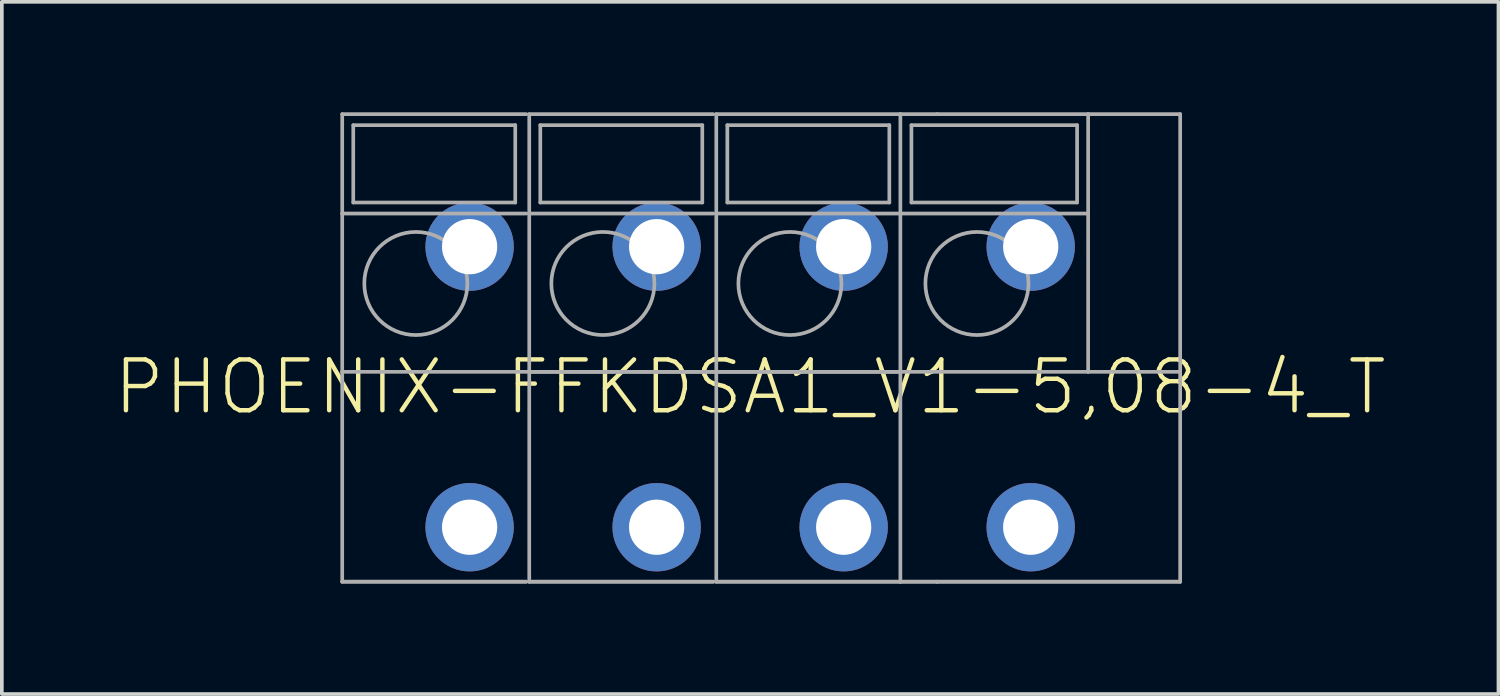
<source format=kicad_pcb>
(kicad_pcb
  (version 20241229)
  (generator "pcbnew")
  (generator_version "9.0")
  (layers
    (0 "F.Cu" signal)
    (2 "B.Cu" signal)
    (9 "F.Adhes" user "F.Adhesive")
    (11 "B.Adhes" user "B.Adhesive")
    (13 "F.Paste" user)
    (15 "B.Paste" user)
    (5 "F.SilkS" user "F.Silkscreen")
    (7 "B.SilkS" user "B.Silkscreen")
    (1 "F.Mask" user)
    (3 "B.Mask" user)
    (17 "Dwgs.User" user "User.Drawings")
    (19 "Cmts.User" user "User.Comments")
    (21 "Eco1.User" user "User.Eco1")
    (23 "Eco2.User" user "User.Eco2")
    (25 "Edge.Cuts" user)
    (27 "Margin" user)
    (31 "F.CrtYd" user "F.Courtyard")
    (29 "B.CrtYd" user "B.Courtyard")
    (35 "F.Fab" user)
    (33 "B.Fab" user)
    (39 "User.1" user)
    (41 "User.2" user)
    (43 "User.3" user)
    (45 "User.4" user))
  (footprint "PHOENIX-FFKDSA1_V1-5,08-4_T"
    (layer "F.Cu")
    (at 17.325 7.46)
    (property "Reference" "PHOENIX-FFKDSA1_V1-5,08-4_T" (at 0 0 0) (unlocked yes) (layer "F.SilkS") (effects (font (size 1.38 1.38) (thickness 0.12))))
    (fp_line (start -11.08 -7.41) (end -6.08 -7.41) (stroke (width 0.1) (type solid)) (layer "F.Fab"))
    (fp_line (start -11.08 -4.71) (end -11.08 -7.41) (stroke (width 0.1) (type solid)) (layer "F.Fab"))
    (fp_line (start -11.08 -0.41) (end -11.08 -4.71) (stroke (width 0.1) (type solid)) (layer "F.Fab"))
    (fp_line (start -11.08 5.29) (end -11.08 -0.41) (stroke (width 0.1) (type solid)) (layer "F.Fab"))
    (fp_line (start -11.08 5.29) (end -6.08 5.29) (stroke (width 0.1) (type solid)) (layer "F.Fab"))
    (fp_line (start -11.08 5.29) (end -6.08 5.29) (stroke (width 0.1) (type solid)) (layer "F.Fab"))
    (fp_line (start -10.78 -7.11) (end -10.78 -5.01) (stroke (width 0.1) (type solid)) (layer "F.Fab"))
    (fp_line (start -10.78 -5.01) (end -6.38 -5.01) (stroke (width 0.1) (type solid)) (layer "F.Fab"))
    (fp_line (start -6.38 -7.11) (end -10.78 -7.11) (stroke (width 0.1) (type solid)) (layer "F.Fab"))
    (fp_line (start -6.38 -5.01) (end -6.38 -7.11) (stroke (width 0.1) (type solid)) (layer "F.Fab"))
    (fp_line (start -6.08 -4.71) (end -11.08 -4.71) (stroke (width 0.1) (type solid)) (layer "F.Fab"))
    (fp_line (start -6 -7.41) (end -1 -7.41) (stroke (width 0.1) (type solid)) (layer "F.Fab"))
    (fp_line (start -6 -4.71) (end -6 -7.41) (stroke (width 0.1) (type solid)) (layer "F.Fab"))
    (fp_line (start -6 -0.41) (end -6 -4.71) (stroke (width 0.1) (type solid)) (layer "F.Fab"))
    (fp_line (start -6 5.29) (end -6 -0.41) (stroke (width 0.1) (type solid)) (layer "F.Fab"))
    (fp_line (start -6 5.29) (end -1 5.29) (stroke (width 0.1) (type solid)) (layer "F.Fab"))
    (fp_line (start -6 5.29) (end -1 5.29) (stroke (width 0.1) (type solid)) (layer "F.Fab"))
    (fp_line (start -5.7 -7.11) (end -5.7 -5.01) (stroke (width 0.1) (type solid)) (layer "F.Fab"))
    (fp_line (start -5.7 -5.01) (end -1.3 -5.01) (stroke (width 0.1) (type solid)) (layer "F.Fab"))
    (fp_line (start -1.3 -7.11) (end -5.7 -7.11) (stroke (width 0.1) (type solid)) (layer "F.Fab"))
    (fp_line (start -1.3 -5.01) (end -1.3 -7.11) (stroke (width 0.1) (type solid)) (layer "F.Fab"))
    (fp_line (start -1 -4.71) (end -6 -4.71) (stroke (width 0.1) (type solid)) (layer "F.Fab"))
    (fp_line (start -0.98 -0.41) (end -11.08 -0.41) (stroke (width 0.1) (type solid)) (layer "F.Fab"))
    (fp_line (start -0.92 -7.41) (end 4.08 -7.41) (stroke (width 0.1) (type solid)) (layer "F.Fab"))
    (fp_line (start -0.92 -4.71) (end -0.92 -7.41) (stroke (width 0.1) (type solid)) (layer "F.Fab"))
    (fp_line (start -0.92 -0.41) (end -0.92 -4.71) (stroke (width 0.1) (type solid)) (layer "F.Fab"))
    (fp_line (start -0.92 5.29) (end -0.92 -0.41) (stroke (width 0.1) (type solid)) (layer "F.Fab"))
    (fp_line (start -0.92 5.29) (end 4.08 5.29) (stroke (width 0.1) (type solid)) (layer "F.Fab"))
    (fp_line (start -0.92 5.29) (end 4.08 5.29) (stroke (width 0.1) (type solid)) (layer "F.Fab"))
    (fp_line (start -0.62 -7.11) (end -0.62 -5.01) (stroke (width 0.1) (type solid)) (layer "F.Fab"))
    (fp_line (start -0.62 -5.01) (end 3.78 -5.01) (stroke (width 0.1) (type solid)) (layer "F.Fab"))
    (fp_line (start 3.78 -7.11) (end -0.62 -7.11) (stroke (width 0.1) (type solid)) (layer "F.Fab"))
    (fp_line (start 3.78 -5.01) (end 3.78 -7.11) (stroke (width 0.1) (type solid)) (layer "F.Fab"))
    (fp_line (start 4.08 -7.41) (end 4.08 -4.71) (stroke (width 0.1) (type solid)) (layer "F.Fab"))
    (fp_line (start 4.08 -7.41) (end 5.08 -7.41) (stroke (width 0.1) (type solid)) (layer "F.Fab"))
    (fp_line (start 4.08 -4.71) (end -0.92 -4.71) (stroke (width 0.1) (type solid)) (layer "F.Fab"))
    (fp_line (start 4.08 -4.71) (end 4.08 5.29) (stroke (width 0.1) (type solid)) (layer "F.Fab"))
    (fp_line (start 4.08 5.29) (end 5.08 5.29) (stroke (width 0.1) (type solid)) (layer "F.Fab"))
    (fp_line (start 4.08 5.29) (end 5.08 5.29) (stroke (width 0.1) (type solid)) (layer "F.Fab"))
    (fp_line (start 4.1 -0.41) (end -6 -0.41) (stroke (width 0.1) (type solid)) (layer "F.Fab"))
    (fp_line (start 4.38 -7.11) (end 8.88 -7.11) (stroke (width 0.1) (type solid)) (layer "F.Fab"))
    (fp_line (start 4.38 -5.01) (end 4.38 -7.11) (stroke (width 0.1) (type solid)) (layer "F.Fab"))
    (fp_line (start 5.08 -7.41) (end 9.18 -7.41) (stroke (width 0.1) (type solid)) (layer "F.Fab"))
    (fp_line (start 5.08 5.29) (end 11.68 5.29) (stroke (width 0.1) (type solid)) (layer "F.Fab"))
    (fp_line (start 5.08 5.29) (end 11.68 5.29) (stroke (width 0.1) (type solid)) (layer "F.Fab"))
    (fp_line (start 8.88 -7.11) (end 8.88 -5.01) (stroke (width 0.1) (type solid)) (layer "F.Fab"))
    (fp_line (start 8.88 -5.01) (end 4.38 -5.01) (stroke (width 0.1) (type solid)) (layer "F.Fab"))
    (fp_line (start 9.18 -7.41) (end 9.18 -4.71) (stroke (width 0.1) (type solid)) (layer "F.Fab"))
    (fp_line (start 9.18 -7.41) (end 11.68 -7.41) (stroke (width 0.1) (type solid)) (layer "F.Fab"))
    (fp_line (start 9.18 -4.71) (end 4.08 -4.71) (stroke (width 0.1) (type solid)) (layer "F.Fab"))
    (fp_line (start 9.18 -4.71) (end 9.18 -0.41) (stroke (width 0.1) (type solid)) (layer "F.Fab"))
    (fp_line (start 9.18 -0.41) (end -0.92 -0.41) (stroke (width 0.1) (type solid)) (layer "F.Fab"))
    (fp_line (start 9.18 -0.41) (end 11.68 -0.41) (stroke (width 0.1) (type solid)) (layer "F.Fab"))
    (fp_line (start 11.68 -7.41) (end 11.68 -0.41) (stroke (width 0.1) (type solid)) (layer "F.Fab"))
    (fp_line (start 11.68 -0.41) (end 11.68 5.29) (stroke (width 0.1) (type solid)) (layer "F.Fab"))
    (fp_circle (center -9.08 -2.81) (end -7.68 -2.81) (stroke (width 0.1) (type solid)) (fill no) (layer "F.Fab"))
    (fp_circle (center -4 -2.81) (end -2.6 -2.81) (stroke (width 0.1) (type solid)) (fill no) (layer "F.Fab"))
    (fp_circle (center 1.08 -2.81) (end 2.48 -2.81) (stroke (width 0.1) (type solid)) (fill no) (layer "F.Fab"))
    (fp_circle (center 6.16 -2.81) (end 7.56 -2.81) (stroke (width 0.1) (type solid)) (fill no) (layer "F.Fab"))
    (pad "1" thru_hole circle (at 7.62 -3.81 90) (size 2.4 2.4) (drill 1.5) (layers "*.Cu" "*.Mask"))
    (pad "1A" thru_hole circle (at 7.62 3.81 90) (size 2.4 2.4) (drill 1.5) (layers "*.Cu" "*.Mask"))
    (pad "2" thru_hole circle (at 2.54 -3.81 90) (size 2.4 2.4) (drill 1.5) (layers "*.Cu" "*.Mask"))
    (pad "2A" thru_hole circle (at 2.54 3.81 90) (size 2.4 2.4) (drill 1.5) (layers "*.Cu" "*.Mask"))
    (pad "3" thru_hole circle (at -2.54 -3.81 90) (size 2.4 2.4) (drill 1.5) (layers "*.Cu" "*.Mask"))
    (pad "3A" thru_hole circle (at -2.54 3.81 90) (size 2.4 2.4) (drill 1.5) (layers "*.Cu" "*.Mask"))
    (pad "4" thru_hole circle (at -7.62 -3.81 90) (size 2.4 2.4) (drill 1.5) (layers "*.Cu" "*.Mask"))
    (pad "4A" thru_hole circle (at -7.62 3.81 90) (size 2.4 2.4) (drill 1.5) (layers "*.Cu" "*.Mask")))
  (gr_rect
    (start -3 -3)
    (end 37.65 15.8)
    (stroke (width 0.1) (type default))
    (fill no)
    (layer "Edge.Cuts")))
</source>
